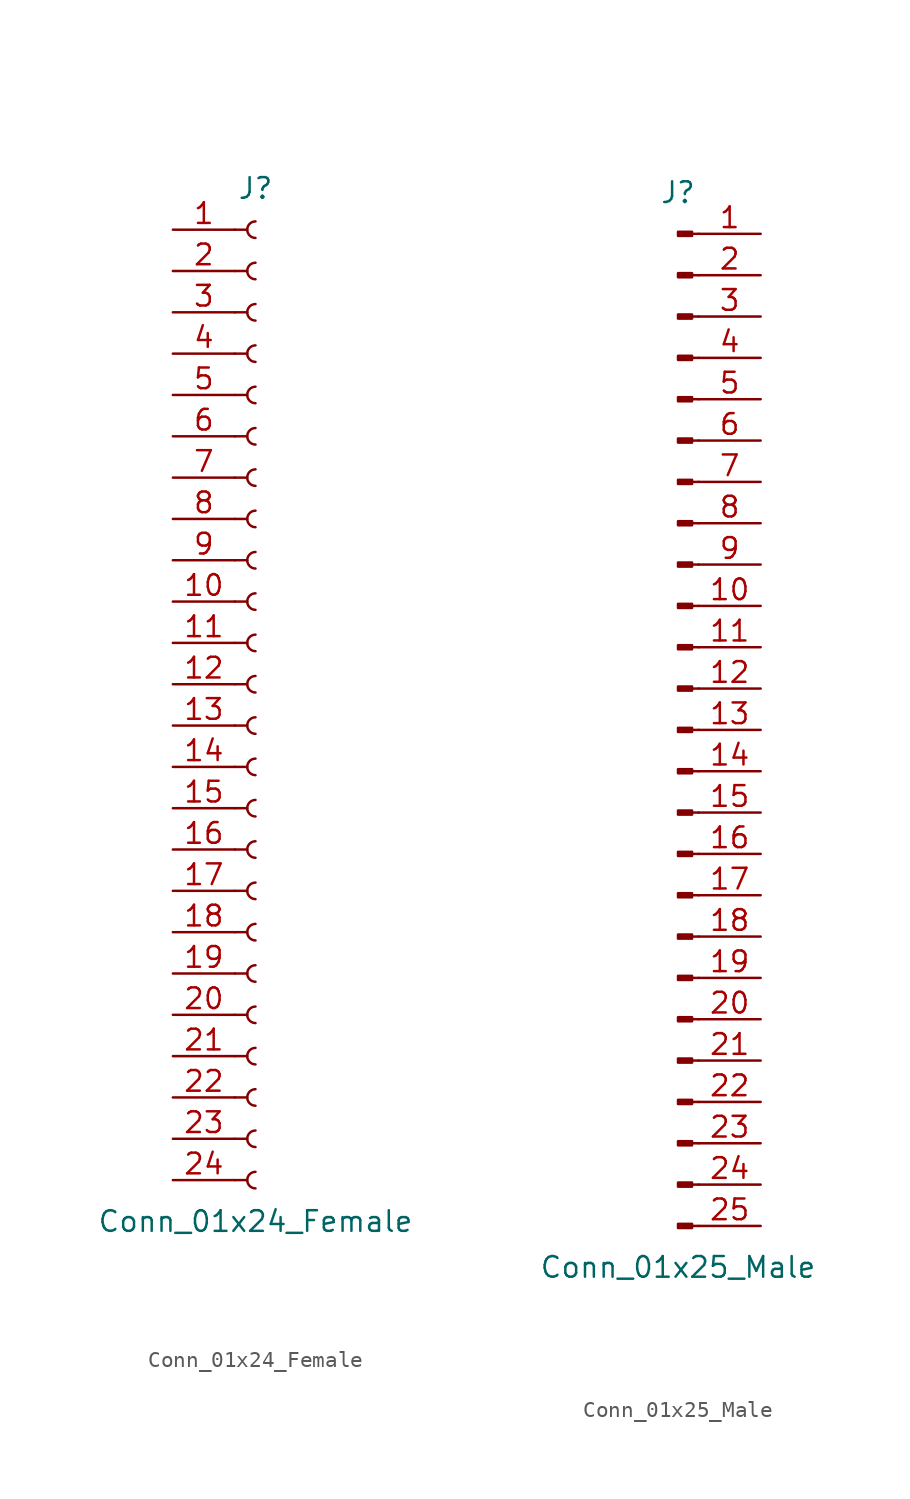
<source format=kicad_sym>
(kicad_symbol_lib
  (version 20220914)
  (generator kicad_symbol_editor)
  (symbol "Conn_01x24_Female"
    (pin_names
      (offset 1.016) hide)
    (property "Reference" "J"
      (at 0 30.48 0)
      (effects (font (size 1.27 1.27))))
    (property "Value" "Conn_01x24_Female"
      (at 0 -33.02 0)
      (effects (font (size 1.27 1.27))))
    (symbol "Conn_01x24_Female_1_1"
      (arc (start 0 -29.972) (mid -0.5058 -30.48) (end 0 -30.988) (stroke (width 0.1524) (type default)) (fill (type none)))
      (arc (start 0 -27.432) (mid -0.5058 -27.94) (end 0 -28.448) (stroke (width 0.1524) (type default)) (fill (type none)))
      (arc (start 0 -24.892) (mid -0.5058 -25.4) (end 0 -25.908) (stroke (width 0.1524) (type default)) (fill (type none)))
      (arc (start 0 -22.352) (mid -0.5058 -22.86) (end 0 -23.368) (stroke (width 0.1524) (type default)) (fill (type none)))
      (arc (start 0 -19.812) (mid -0.5058 -20.32) (end 0 -20.828) (stroke (width 0.1524) (type default)) (fill (type none)))
      (arc (start 0 -17.272) (mid -0.5058 -17.78) (end 0 -18.288) (stroke (width 0.1524) (type default)) (fill (type none)))
      (arc (start 0 -14.732) (mid -0.5058 -15.24) (end 0 -15.748) (stroke (width 0.1524) (type default)) (fill (type none)))
      (arc (start 0 -12.192) (mid -0.5058 -12.7) (end 0 -13.208) (stroke (width 0.1524) (type default)) (fill (type none)))
      (arc (start 0 -9.652) (mid -0.5058 -10.16) (end 0 -10.668) (stroke (width 0.1524) (type default)) (fill (type none)))
      (arc (start 0 -7.112) (mid -0.5058 -7.62) (end 0 -8.128) (stroke (width 0.1524) (type default)) (fill (type none)))
      (arc (start 0 -4.572) (mid -0.5058 -5.08) (end 0 -5.588) (stroke (width 0.1524) (type default)) (fill (type none)))
      (arc (start 0 -2.032) (mid -0.5058 -2.54) (end 0 -3.048) (stroke (width 0.1524) (type default)) (fill (type none)))
      (polyline (pts (xy -1.27 -30.48) (xy -0.508 -30.48)) (stroke (width 0.152) (type default)) (fill (type none)))
      (polyline (pts (xy -1.27 -27.94) (xy -0.508 -27.94)) (stroke (width 0.152) (type default)) (fill (type none)))
      (polyline (pts (xy -1.27 -25.4) (xy -0.508 -25.4)) (stroke (width 0.152) (type default)) (fill (type none)))
      (polyline (pts (xy -1.27 -22.86) (xy -0.508 -22.86)) (stroke (width 0.152) (type default)) (fill (type none)))
      (polyline (pts (xy -1.27 -20.32) (xy -0.508 -20.32)) (stroke (width 0.152) (type default)) (fill (type none)))
      (polyline (pts (xy -1.27 -17.78) (xy -0.508 -17.78)) (stroke (width 0.152) (type default)) (fill (type none)))
      (polyline (pts (xy -1.27 -15.24) (xy -0.508 -15.24)) (stroke (width 0.152) (type default)) (fill (type none)))
      (polyline (pts (xy -1.27 -12.7) (xy -0.508 -12.7)) (stroke (width 0.152) (type default)) (fill (type none)))
      (polyline (pts (xy -1.27 -10.16) (xy -0.508 -10.16)) (stroke (width 0.152) (type default)) (fill (type none)))
      (polyline (pts (xy -1.27 -7.62) (xy -0.508 -7.62)) (stroke (width 0.152) (type default)) (fill (type none)))
      (polyline (pts (xy -1.27 -5.08) (xy -0.508 -5.08)) (stroke (width 0.152) (type default)) (fill (type none)))
      (polyline (pts (xy -1.27 -2.54) (xy -0.508 -2.54)) (stroke (width 0.152) (type default)) (fill (type none)))
      (polyline (pts (xy -1.27 0) (xy -0.508 0)) (stroke (width 0.152) (type default)) (fill (type none)))
      (polyline (pts (xy -1.27 2.54) (xy -0.508 2.54)) (stroke (width 0.152) (type default)) (fill (type none)))
      (polyline (pts (xy -1.27 5.08) (xy -0.508 5.08)) (stroke (width 0.152) (type default)) (fill (type none)))
      (polyline (pts (xy -1.27 7.62) (xy -0.508 7.62)) (stroke (width 0.152) (type default)) (fill (type none)))
      (polyline (pts (xy -1.27 10.16) (xy -0.508 10.16)) (stroke (width 0.152) (type default)) (fill (type none)))
      (polyline (pts (xy -1.27 12.7) (xy -0.508 12.7)) (stroke (width 0.152) (type default)) (fill (type none)))
      (polyline (pts (xy -1.27 15.24) (xy -0.508 15.24)) (stroke (width 0.152) (type default)) (fill (type none)))
      (polyline (pts (xy -1.27 17.78) (xy -0.508 17.78)) (stroke (width 0.152) (type default)) (fill (type none)))
      (polyline (pts (xy -1.27 20.32) (xy -0.508 20.32)) (stroke (width 0.152) (type default)) (fill (type none)))
      (polyline (pts (xy -1.27 22.86) (xy -0.508 22.86)) (stroke (width 0.152) (type default)) (fill (type none)))
      (polyline (pts (xy -1.27 25.4) (xy -0.508 25.4)) (stroke (width 0.152) (type default)) (fill (type none)))
      (polyline (pts (xy -1.27 27.94) (xy -0.508 27.94)) (stroke (width 0.152) (type default)) (fill (type none)))
      (arc (start 0 0.508) (mid -0.5058 0) (end 0 -0.508) (stroke (width 0.1524) (type default)) (fill (type none)))
      (arc (start 0 3.048) (mid -0.5058 2.54) (end 0 2.032) (stroke (width 0.1524) (type default)) (fill (type none)))
      (arc (start 0 5.588) (mid -0.5058 5.08) (end 0 4.572) (stroke (width 0.1524) (type default)) (fill (type none)))
      (arc (start 0 8.128) (mid -0.5058 7.62) (end 0 7.112) (stroke (width 0.1524) (type default)) (fill (type none)))
      (arc (start 0 10.668) (mid -0.5058 10.16) (end 0 9.652) (stroke (width 0.1524) (type default)) (fill (type none)))
      (arc (start 0 13.208) (mid -0.5058 12.7) (end 0 12.192) (stroke (width 0.1524) (type default)) (fill (type none)))
      (arc (start 0 15.748) (mid -0.5058 15.24) (end 0 14.732) (stroke (width 0.1524) (type default)) (fill (type none)))
      (arc (start 0 18.288) (mid -0.5058 17.78) (end 0 17.272) (stroke (width 0.1524) (type default)) (fill (type none)))
      (arc (start 0 20.828) (mid -0.5058 20.32) (end 0 19.812) (stroke (width 0.1524) (type default)) (fill (type none)))
      (arc (start 0 23.368) (mid -0.5058 22.86) (end 0 22.352) (stroke (width 0.1524) (type default)) (fill (type none)))
      (arc (start 0 25.908) (mid -0.5058 25.4) (end 0 24.892) (stroke (width 0.1524) (type default)) (fill (type none)))
      (arc (start 0 28.448) (mid -0.5058 27.94) (end 0 27.432) (stroke (width 0.1524) (type default)) (fill (type none)))
      (pin passive line (at -5.08 27.94 0) (length 3.81) (name "Pin_1" (effects (font (size 1.27 1.27)))) (number "1" (effects (font (size 1.27 1.27)))))
      (pin passive line (at -5.08 5.08 0) (length 3.81) (name "Pin_10" (effects (font (size 1.27 1.27)))) (number "10" (effects (font (size 1.27 1.27)))))
      (pin passive line (at -5.08 2.54 0) (length 3.81) (name "Pin_11" (effects (font (size 1.27 1.27)))) (number "11" (effects (font (size 1.27 1.27)))))
      (pin passive line (at -5.08 0 0) (length 3.81) (name "Pin_12" (effects (font (size 1.27 1.27)))) (number "12" (effects (font (size 1.27 1.27)))))
      (pin passive line (at -5.08 -2.54 0) (length 3.81) (name "Pin_13" (effects (font (size 1.27 1.27)))) (number "13" (effects (font (size 1.27 1.27)))))
      (pin passive line (at -5.08 -5.08 0) (length 3.81) (name "Pin_14" (effects (font (size 1.27 1.27)))) (number "14" (effects (font (size 1.27 1.27)))))
      (pin passive line (at -5.08 -7.62 0) (length 3.81) (name "Pin_15" (effects (font (size 1.27 1.27)))) (number "15" (effects (font (size 1.27 1.27)))))
      (pin passive line (at -5.08 -10.16 0) (length 3.81) (name "Pin_16" (effects (font (size 1.27 1.27)))) (number "16" (effects (font (size 1.27 1.27)))))
      (pin passive line (at -5.08 -12.7 0) (length 3.81) (name "Pin_17" (effects (font (size 1.27 1.27)))) (number "17" (effects (font (size 1.27 1.27)))))
      (pin passive line (at -5.08 -15.24 0) (length 3.81) (name "Pin_18" (effects (font (size 1.27 1.27)))) (number "18" (effects (font (size 1.27 1.27)))))
      (pin passive line (at -5.08 -17.78 0) (length 3.81) (name "Pin_19" (effects (font (size 1.27 1.27)))) (number "19" (effects (font (size 1.27 1.27)))))
      (pin passive line (at -5.08 25.4 0) (length 3.81) (name "Pin_2" (effects (font (size 1.27 1.27)))) (number "2" (effects (font (size 1.27 1.27)))))
      (pin passive line (at -5.08 -20.32 0) (length 3.81) (name "Pin_20" (effects (font (size 1.27 1.27)))) (number "20" (effects (font (size 1.27 1.27)))))
      (pin passive line (at -5.08 -22.86 0) (length 3.81) (name "Pin_21" (effects (font (size 1.27 1.27)))) (number "21" (effects (font (size 1.27 1.27)))))
      (pin passive line (at -5.08 -25.4 0) (length 3.81) (name "Pin_22" (effects (font (size 1.27 1.27)))) (number "22" (effects (font (size 1.27 1.27)))))
      (pin passive line (at -5.08 -27.94 0) (length 3.81) (name "Pin_23" (effects (font (size 1.27 1.27)))) (number "23" (effects (font (size 1.27 1.27)))))
      (pin passive line (at -5.08 -30.48 0) (length 3.81) (name "Pin_24" (effects (font (size 1.27 1.27)))) (number "24" (effects (font (size 1.27 1.27)))))
      (pin passive line (at -5.08 22.86 0) (length 3.81) (name "Pin_3" (effects (font (size 1.27 1.27)))) (number "3" (effects (font (size 1.27 1.27)))))
      (pin passive line (at -5.08 20.32 0) (length 3.81) (name "Pin_4" (effects (font (size 1.27 1.27)))) (number "4" (effects (font (size 1.27 1.27)))))
      (pin passive line (at -5.08 17.78 0) (length 3.81) (name "Pin_5" (effects (font (size 1.27 1.27)))) (number "5" (effects (font (size 1.27 1.27)))))
      (pin passive line (at -5.08 15.24 0) (length 3.81) (name "Pin_6" (effects (font (size 1.27 1.27)))) (number "6" (effects (font (size 1.27 1.27)))))
      (pin passive line (at -5.08 12.7 0) (length 3.81) (name "Pin_7" (effects (font (size 1.27 1.27)))) (number "7" (effects (font (size 1.27 1.27)))))
      (pin passive line (at -5.08 10.16 0) (length 3.81) (name "Pin_8" (effects (font (size 1.27 1.27)))) (number "8" (effects (font (size 1.27 1.27)))))
      (pin passive line (at -5.08 7.62 0) (length 3.81) (name "Pin_9" (effects (font (size 1.27 1.27)))) (number "9" (effects (font (size 1.27 1.27)))))))
  (symbol "Conn_01x25_Male"
    (pin_names
      (offset 1.016) hide)
    (property "Reference" "J"
      (at 0 33.02 0)
      (effects (font (size 1.27 1.27))))
    (property "Value" "Conn_01x25_Male"
      (at 0 -33.02 0)
      (effects (font (size 1.27 1.27))))
    (symbol "Conn_01x25_Male_1_1"
      (polyline (pts (xy 1.27 -30.48) (xy 0.864 -30.48)) (stroke (width 0.152) (type default)) (fill (type none)))
      (polyline (pts (xy 1.27 -27.94) (xy 0.864 -27.94)) (stroke (width 0.152) (type default)) (fill (type none)))
      (polyline (pts (xy 1.27 -25.4) (xy 0.864 -25.4)) (stroke (width 0.152) (type default)) (fill (type none)))
      (polyline (pts (xy 1.27 -22.86) (xy 0.864 -22.86)) (stroke (width 0.152) (type default)) (fill (type none)))
      (polyline (pts (xy 1.27 -20.32) (xy 0.864 -20.32)) (stroke (width 0.152) (type default)) (fill (type none)))
      (polyline (pts (xy 1.27 -17.78) (xy 0.864 -17.78)) (stroke (width 0.152) (type default)) (fill (type none)))
      (polyline (pts (xy 1.27 -15.24) (xy 0.864 -15.24)) (stroke (width 0.152) (type default)) (fill (type none)))
      (polyline (pts (xy 1.27 -12.7) (xy 0.864 -12.7)) (stroke (width 0.152) (type default)) (fill (type none)))
      (polyline (pts (xy 1.27 -10.16) (xy 0.864 -10.16)) (stroke (width 0.152) (type default)) (fill (type none)))
      (polyline (pts (xy 1.27 -7.62) (xy 0.864 -7.62)) (stroke (width 0.152) (type default)) (fill (type none)))
      (polyline (pts (xy 1.27 -5.08) (xy 0.864 -5.08)) (stroke (width 0.152) (type default)) (fill (type none)))
      (polyline (pts (xy 1.27 -2.54) (xy 0.864 -2.54)) (stroke (width 0.152) (type default)) (fill (type none)))
      (polyline (pts (xy 1.27 0) (xy 0.864 0)) (stroke (width 0.152) (type default)) (fill (type none)))
      (polyline (pts (xy 1.27 2.54) (xy 0.864 2.54)) (stroke (width 0.152) (type default)) (fill (type none)))
      (polyline (pts (xy 1.27 5.08) (xy 0.864 5.08)) (stroke (width 0.152) (type default)) (fill (type none)))
      (polyline (pts (xy 1.27 7.62) (xy 0.864 7.62)) (stroke (width 0.152) (type default)) (fill (type none)))
      (polyline (pts (xy 1.27 10.16) (xy 0.864 10.16)) (stroke (width 0.152) (type default)) (fill (type none)))
      (polyline (pts (xy 1.27 12.7) (xy 0.864 12.7)) (stroke (width 0.152) (type default)) (fill (type none)))
      (polyline (pts (xy 1.27 15.24) (xy 0.864 15.24)) (stroke (width 0.152) (type default)) (fill (type none)))
      (polyline (pts (xy 1.27 17.78) (xy 0.864 17.78)) (stroke (width 0.152) (type default)) (fill (type none)))
      (polyline (pts (xy 1.27 20.32) (xy 0.864 20.32)) (stroke (width 0.152) (type default)) (fill (type none)))
      (polyline (pts (xy 1.27 22.86) (xy 0.864 22.86)) (stroke (width 0.152) (type default)) (fill (type none)))
      (polyline (pts (xy 1.27 25.4) (xy 0.864 25.4)) (stroke (width 0.152) (type default)) (fill (type none)))
      (polyline (pts (xy 1.27 27.94) (xy 0.864 27.94)) (stroke (width 0.152) (type default)) (fill (type none)))
      (polyline (pts (xy 1.27 30.48) (xy 0.864 30.48)) (stroke (width 0.152) (type default)) (fill (type none)))
      (rectangle (start 0.864 -30.353) (end 0 -30.607) (stroke (width 0.152) (type default)) (fill (type outline)))
      (rectangle (start 0.864 -27.813) (end 0 -28.067) (stroke (width 0.152) (type default)) (fill (type outline)))
      (rectangle (start 0.864 -25.273) (end 0 -25.527) (stroke (width 0.152) (type default)) (fill (type outline)))
      (rectangle (start 0.864 -22.733) (end 0 -22.987) (stroke (width 0.152) (type default)) (fill (type outline)))
      (rectangle (start 0.864 -20.193) (end 0 -20.447) (stroke (width 0.152) (type default)) (fill (type outline)))
      (rectangle (start 0.864 -17.653) (end 0 -17.907) (stroke (width 0.152) (type default)) (fill (type outline)))
      (rectangle (start 0.864 -15.113) (end 0 -15.367) (stroke (width 0.152) (type default)) (fill (type outline)))
      (rectangle (start 0.864 -12.573) (end 0 -12.827) (stroke (width 0.152) (type default)) (fill (type outline)))
      (rectangle (start 0.864 -10.033) (end 0 -10.287) (stroke (width 0.152) (type default)) (fill (type outline)))
      (rectangle (start 0.864 -7.493) (end 0 -7.747) (stroke (width 0.152) (type default)) (fill (type outline)))
      (rectangle (start 0.864 -4.953) (end 0 -5.207) (stroke (width 0.152) (type default)) (fill (type outline)))
      (rectangle (start 0.864 -2.413) (end 0 -2.667) (stroke (width 0.152) (type default)) (fill (type outline)))
      (rectangle (start 0.864 0.127) (end 0 -0.127) (stroke (width 0.152) (type default)) (fill (type outline)))
      (rectangle (start 0.864 2.667) (end 0 2.413) (stroke (width 0.152) (type default)) (fill (type outline)))
      (rectangle (start 0.864 5.207) (end 0 4.953) (stroke (width 0.152) (type default)) (fill (type outline)))
      (rectangle (start 0.864 7.747) (end 0 7.493) (stroke (width 0.152) (type default)) (fill (type outline)))
      (rectangle (start 0.864 10.287) (end 0 10.033) (stroke (width 0.152) (type default)) (fill (type outline)))
      (rectangle (start 0.864 12.827) (end 0 12.573) (stroke (width 0.152) (type default)) (fill (type outline)))
      (rectangle (start 0.864 15.367) (end 0 15.113) (stroke (width 0.152) (type default)) (fill (type outline)))
      (rectangle (start 0.864 17.907) (end 0 17.653) (stroke (width 0.152) (type default)) (fill (type outline)))
      (rectangle (start 0.864 20.447) (end 0 20.193) (stroke (width 0.152) (type default)) (fill (type outline)))
      (rectangle (start 0.864 22.987) (end 0 22.733) (stroke (width 0.152) (type default)) (fill (type outline)))
      (rectangle (start 0.864 25.527) (end 0 25.273) (stroke (width 0.152) (type default)) (fill (type outline)))
      (rectangle (start 0.864 28.067) (end 0 27.813) (stroke (width 0.152) (type default)) (fill (type outline)))
      (rectangle (start 0.864 30.607) (end 0 30.353) (stroke (width 0.152) (type default)) (fill (type outline)))
      (pin passive line (at 5.08 30.48 180) (length 3.81) (name "Pin_1" (effects (font (size 1.27 1.27)))) (number "1" (effects (font (size 1.27 1.27)))))
      (pin passive line (at 5.08 7.62 180) (length 3.81) (name "Pin_10" (effects (font (size 1.27 1.27)))) (number "10" (effects (font (size 1.27 1.27)))))
      (pin passive line (at 5.08 5.08 180) (length 3.81) (name "Pin_11" (effects (font (size 1.27 1.27)))) (number "11" (effects (font (size 1.27 1.27)))))
      (pin passive line (at 5.08 2.54 180) (length 3.81) (name "Pin_12" (effects (font (size 1.27 1.27)))) (number "12" (effects (font (size 1.27 1.27)))))
      (pin passive line (at 5.08 0 180) (length 3.81) (name "Pin_13" (effects (font (size 1.27 1.27)))) (number "13" (effects (font (size 1.27 1.27)))))
      (pin passive line (at 5.08 -2.54 180) (length 3.81) (name "Pin_14" (effects (font (size 1.27 1.27)))) (number "14" (effects (font (size 1.27 1.27)))))
      (pin passive line (at 5.08 -5.08 180) (length 3.81) (name "Pin_15" (effects (font (size 1.27 1.27)))) (number "15" (effects (font (size 1.27 1.27)))))
      (pin passive line (at 5.08 -7.62 180) (length 3.81) (name "Pin_16" (effects (font (size 1.27 1.27)))) (number "16" (effects (font (size 1.27 1.27)))))
      (pin passive line (at 5.08 -10.16 180) (length 3.81) (name "Pin_17" (effects (font (size 1.27 1.27)))) (number "17" (effects (font (size 1.27 1.27)))))
      (pin passive line (at 5.08 -12.7 180) (length 3.81) (name "Pin_18" (effects (font (size 1.27 1.27)))) (number "18" (effects (font (size 1.27 1.27)))))
      (pin passive line (at 5.08 -15.24 180) (length 3.81) (name "Pin_19" (effects (font (size 1.27 1.27)))) (number "19" (effects (font (size 1.27 1.27)))))
      (pin passive line (at 5.08 27.94 180) (length 3.81) (name "Pin_2" (effects (font (size 1.27 1.27)))) (number "2" (effects (font (size 1.27 1.27)))))
      (pin passive line (at 5.08 -17.78 180) (length 3.81) (name "Pin_20" (effects (font (size 1.27 1.27)))) (number "20" (effects (font (size 1.27 1.27)))))
      (pin passive line (at 5.08 -20.32 180) (length 3.81) (name "Pin_21" (effects (font (size 1.27 1.27)))) (number "21" (effects (font (size 1.27 1.27)))))
      (pin passive line (at 5.08 -22.86 180) (length 3.81) (name "Pin_22" (effects (font (size 1.27 1.27)))) (number "22" (effects (font (size 1.27 1.27)))))
      (pin passive line (at 5.08 -25.4 180) (length 3.81) (name "Pin_23" (effects (font (size 1.27 1.27)))) (number "23" (effects (font (size 1.27 1.27)))))
      (pin passive line (at 5.08 -27.94 180) (length 3.81) (name "Pin_24" (effects (font (size 1.27 1.27)))) (number "24" (effects (font (size 1.27 1.27)))))
      (pin passive line (at 5.08 -30.48 180) (length 3.81) (name "Pin_25" (effects (font (size 1.27 1.27)))) (number "25" (effects (font (size 1.27 1.27)))))
      (pin passive line (at 5.08 25.4 180) (length 3.81) (name "Pin_3" (effects (font (size 1.27 1.27)))) (number "3" (effects (font (size 1.27 1.27)))))
      (pin passive line (at 5.08 22.86 180) (length 3.81) (name "Pin_4" (effects (font (size 1.27 1.27)))) (number "4" (effects (font (size 1.27 1.27)))))
      (pin passive line (at 5.08 20.32 180) (length 3.81) (name "Pin_5" (effects (font (size 1.27 1.27)))) (number "5" (effects (font (size 1.27 1.27)))))
      (pin passive line (at 5.08 17.78 180) (length 3.81) (name "Pin_6" (effects (font (size 1.27 1.27)))) (number "6" (effects (font (size 1.27 1.27)))))
      (pin passive line (at 5.08 15.24 180) (length 3.81) (name "Pin_7" (effects (font (size 1.27 1.27)))) (number "7" (effects (font (size 1.27 1.27)))))
      (pin passive line (at 5.08 12.7 180) (length 3.81) (name "Pin_8" (effects (font (size 1.27 1.27)))) (number "8" (effects (font (size 1.27 1.27)))))
      (pin passive line (at 5.08 10.16 180) (length 3.81) (name "Pin_9" (effects (font (size 1.27 1.27)))) (number "9" (effects (font (size 1.27 1.27))))))))
</source>
